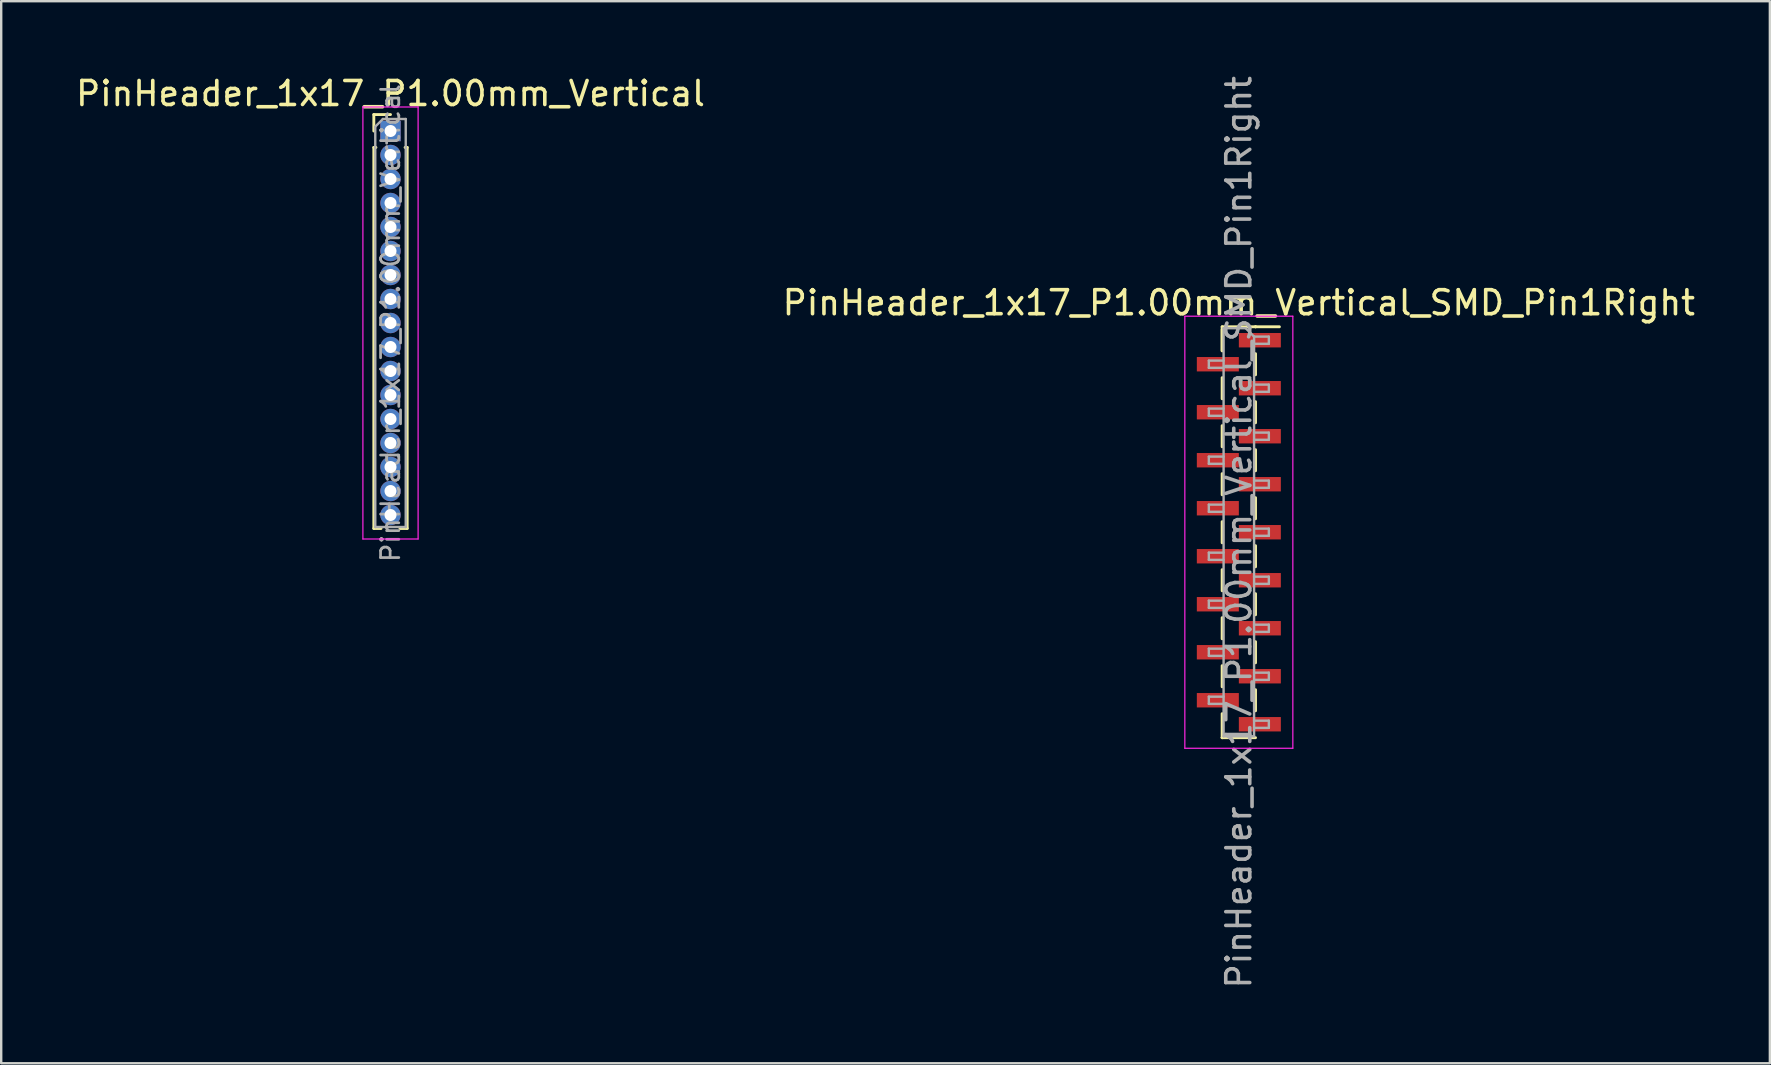
<source format=kicad_pcb>
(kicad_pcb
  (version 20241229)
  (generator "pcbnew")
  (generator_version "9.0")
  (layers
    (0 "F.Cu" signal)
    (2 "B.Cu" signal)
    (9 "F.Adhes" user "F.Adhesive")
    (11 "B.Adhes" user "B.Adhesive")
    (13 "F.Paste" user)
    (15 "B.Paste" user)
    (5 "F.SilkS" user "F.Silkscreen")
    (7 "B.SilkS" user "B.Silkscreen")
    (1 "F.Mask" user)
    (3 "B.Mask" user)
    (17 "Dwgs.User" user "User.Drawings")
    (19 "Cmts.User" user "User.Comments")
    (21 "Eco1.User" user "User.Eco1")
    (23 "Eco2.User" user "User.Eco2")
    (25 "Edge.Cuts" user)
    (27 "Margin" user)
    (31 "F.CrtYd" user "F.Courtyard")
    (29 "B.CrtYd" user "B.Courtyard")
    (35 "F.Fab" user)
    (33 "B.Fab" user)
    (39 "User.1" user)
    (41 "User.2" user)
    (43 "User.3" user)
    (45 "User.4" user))
  (footprint "PinHeader_1x17_P1.00mm_Vertical"
    (layer "F.Cu")
    (at 13.22 2.408)
    (property "Reference" "PinHeader_1x17_P1.00mm_Vertical" (at 0 -1.56 0) (layer "F.SilkS") (effects (font (size 1 1) (thickness 0.15))))
    (attr through_hole)
    (fp_line (start -0.695 -0.685) (end 0 -0.685) (stroke (width 0.12) (type solid)) (layer "F.SilkS"))
    (fp_line (start -0.695 0) (end -0.695 -0.685) (stroke (width 0.12) (type solid)) (layer "F.SilkS"))
    (fp_line (start -0.695 0.685) (end -0.695 16.56) (stroke (width 0.12) (type solid)) (layer "F.SilkS"))
    (fp_line (start -0.695 0.685) (end -0.608 0.685) (stroke (width 0.12) (type solid)) (layer "F.SilkS"))
    (fp_line (start -0.695 16.56) (end -0.394 16.56) (stroke (width 0.12) (type solid)) (layer "F.SilkS"))
    (fp_line (start 0.394 16.56) (end 0.695 16.56) (stroke (width 0.12) (type solid)) (layer "F.SilkS"))
    (fp_line (start 0.608 0.685) (end 0.695 0.685) (stroke (width 0.12) (type solid)) (layer "F.SilkS"))
    (fp_line (start 0.695 0.685) (end 0.695 16.56) (stroke (width 0.12) (type solid)) (layer "F.SilkS"))
    (fp_line (start -1.15 -1) (end -1.15 17) (stroke (width 0.05) (type solid)) (layer "F.CrtYd"))
    (fp_line (start -1.15 17) (end 1.15 17) (stroke (width 0.05) (type solid)) (layer "F.CrtYd"))
    (fp_line (start 1.15 -1) (end -1.15 -1) (stroke (width 0.05) (type solid)) (layer "F.CrtYd"))
    (fp_line (start 1.15 17) (end 1.15 -1) (stroke (width 0.05) (type solid)) (layer "F.CrtYd"))
    (fp_line (start -0.635 -0.182) (end -0.318 -0.5) (stroke (width 0.1) (type solid)) (layer "F.Fab"))
    (fp_line (start -0.635 16.5) (end -0.635 -0.182) (stroke (width 0.1) (type solid)) (layer "F.Fab"))
    (fp_line (start -0.318 -0.5) (end 0.635 -0.5) (stroke (width 0.1) (type solid)) (layer "F.Fab"))
    (fp_line (start 0.635 -0.5) (end 0.635 16.5) (stroke (width 0.1) (type solid)) (layer "F.Fab"))
    (fp_line (start 0.635 16.5) (end -0.635 16.5) (stroke (width 0.1) (type solid)) (layer "F.Fab"))
    (fp_text user "${REFERENCE}" (at 0 8 90) (layer "F.Fab") (effects (font (size 0.76 0.76) (thickness 0.114))))
    (pad "1" thru_hole rect (at 0 0) (size 0.85 0.85) (drill 0.5) (layers "*.Cu" "*.Mask"))
    (pad "2" thru_hole oval (at 0 1) (size 0.85 0.85) (drill 0.5) (layers "*.Cu" "*.Mask"))
    (pad "3" thru_hole oval (at 0 2) (size 0.85 0.85) (drill 0.5) (layers "*.Cu" "*.Mask"))
    (pad "4" thru_hole oval (at 0 3) (size 0.85 0.85) (drill 0.5) (layers "*.Cu" "*.Mask"))
    (pad "5" thru_hole oval (at 0 4) (size 0.85 0.85) (drill 0.5) (layers "*.Cu" "*.Mask"))
    (pad "6" thru_hole oval (at 0 5) (size 0.85 0.85) (drill 0.5) (layers "*.Cu" "*.Mask"))
    (pad "7" thru_hole oval (at 0 6) (size 0.85 0.85) (drill 0.5) (layers "*.Cu" "*.Mask"))
    (pad "8" thru_hole oval (at 0 7) (size 0.85 0.85) (drill 0.5) (layers "*.Cu" "*.Mask"))
    (pad "9" thru_hole oval (at 0 8) (size 0.85 0.85) (drill 0.5) (layers "*.Cu" "*.Mask"))
    (pad "10" thru_hole oval (at 0 9) (size 0.85 0.85) (drill 0.5) (layers "*.Cu" "*.Mask"))
    (pad "11" thru_hole oval (at 0 10) (size 0.85 0.85) (drill 0.5) (layers "*.Cu" "*.Mask"))
    (pad "12" thru_hole oval (at 0 11) (size 0.85 0.85) (drill 0.5) (layers "*.Cu" "*.Mask"))
    (pad "13" thru_hole oval (at 0 12) (size 0.85 0.85) (drill 0.5) (layers "*.Cu" "*.Mask"))
    (pad "14" thru_hole oval (at 0 13) (size 0.85 0.85) (drill 0.5) (layers "*.Cu" "*.Mask"))
    (pad "15" thru_hole oval (at 0 14) (size 0.85 0.85) (drill 0.5) (layers "*.Cu" "*.Mask"))
    (pad "16" thru_hole oval (at 0 15) (size 0.85 0.85) (drill 0.5) (layers "*.Cu" "*.Mask"))
    (pad "17" thru_hole oval (at 0 16) (size 0.85 0.85) (drill 0.5) (layers "*.Cu" "*.Mask")))
  (footprint "PinHeader_1x17_P1.00mm_Vertical_SMD_Pin1Right"
    (layer "F.Cu")
    (at 48.565 19.125)
    (property "Reference" "PinHeader_1x17_P1.00mm_Vertical_SMD_Pin1Right" (at 0 -9.56 0) (layer "F.SilkS") (effects (font (size 1 1) (thickness 0.15))))
    (attr smd)
    (fp_line (start -0.695 -8.56) (end -0.695 -7.56) (stroke (width 0.12) (type solid)) (layer "F.SilkS"))
    (fp_line (start -0.695 -8.56) (end 0.695 -8.56) (stroke (width 0.12) (type solid)) (layer "F.SilkS"))
    (fp_line (start -0.695 -8.44) (end -0.695 -7.56) (stroke (width 0.12) (type solid)) (layer "F.SilkS"))
    (fp_line (start -0.695 -6.44) (end -0.695 -5.56) (stroke (width 0.12) (type solid)) (layer "F.SilkS"))
    (fp_line (start -0.695 -4.44) (end -0.695 -3.56) (stroke (width 0.12) (type solid)) (layer "F.SilkS"))
    (fp_line (start -0.695 -2.44) (end -0.695 -1.56) (stroke (width 0.12) (type solid)) (layer "F.SilkS"))
    (fp_line (start -0.695 -0.44) (end -0.695 0.44) (stroke (width 0.12) (type solid)) (layer "F.SilkS"))
    (fp_line (start -0.695 1.56) (end -0.695 2.44) (stroke (width 0.12) (type solid)) (layer "F.SilkS"))
    (fp_line (start -0.695 3.56) (end -0.695 4.44) (stroke (width 0.12) (type solid)) (layer "F.SilkS"))
    (fp_line (start -0.695 5.56) (end -0.695 6.44) (stroke (width 0.12) (type solid)) (layer "F.SilkS"))
    (fp_line (start -0.695 7.56) (end -0.695 8.56) (stroke (width 0.12) (type solid)) (layer "F.SilkS"))
    (fp_line (start -0.695 8.56) (end -0.695 8.56) (stroke (width 0.12) (type solid)) (layer "F.SilkS"))
    (fp_line (start -0.695 8.56) (end 0.695 8.56) (stroke (width 0.12) (type solid)) (layer "F.SilkS"))
    (fp_line (start 0.695 -8.56) (end 0.695 -8.56) (stroke (width 0.12) (type solid)) (layer "F.SilkS"))
    (fp_line (start 0.695 -8.56) (end 1.69 -8.56) (stroke (width 0.12) (type solid)) (layer "F.SilkS"))
    (fp_line (start 0.695 -7.44) (end 0.695 -6.56) (stroke (width 0.12) (type solid)) (layer "F.SilkS"))
    (fp_line (start 0.695 -5.44) (end 0.695 -4.56) (stroke (width 0.12) (type solid)) (layer "F.SilkS"))
    (fp_line (start 0.695 -3.44) (end 0.695 -2.56) (stroke (width 0.12) (type solid)) (layer "F.SilkS"))
    (fp_line (start 0.695 -1.44) (end 0.695 -0.56) (stroke (width 0.12) (type solid)) (layer "F.SilkS"))
    (fp_line (start 0.695 0.56) (end 0.695 1.44) (stroke (width 0.12) (type solid)) (layer "F.SilkS"))
    (fp_line (start 0.695 2.56) (end 0.695 3.44) (stroke (width 0.12) (type solid)) (layer "F.SilkS"))
    (fp_line (start 0.695 4.56) (end 0.695 5.44) (stroke (width 0.12) (type solid)) (layer "F.SilkS"))
    (fp_line (start 0.695 6.56) (end 0.695 7.44) (stroke (width 0.12) (type solid)) (layer "F.SilkS"))
    (fp_line (start -2.25 -9) (end -2.25 9) (stroke (width 0.05) (type solid)) (layer "F.CrtYd"))
    (fp_line (start -2.25 9) (end 2.25 9) (stroke (width 0.05) (type solid)) (layer "F.CrtYd"))
    (fp_line (start 2.25 -9) (end -2.25 -9) (stroke (width 0.05) (type solid)) (layer "F.CrtYd"))
    (fp_line (start 2.25 9) (end 2.25 -9) (stroke (width 0.05) (type solid)) (layer "F.CrtYd"))
    (fp_line (start -1.25 -7.15) (end -1.25 -6.85) (stroke (width 0.1) (type solid)) (layer "F.Fab"))
    (fp_line (start -1.25 -6.85) (end -0.635 -6.85) (stroke (width 0.1) (type solid)) (layer "F.Fab"))
    (fp_line (start -1.25 -5.15) (end -1.25 -4.85) (stroke (width 0.1) (type solid)) (layer "F.Fab"))
    (fp_line (start -1.25 -4.85) (end -0.635 -4.85) (stroke (width 0.1) (type solid)) (layer "F.Fab"))
    (fp_line (start -1.25 -3.15) (end -1.25 -2.85) (stroke (width 0.1) (type solid)) (layer "F.Fab"))
    (fp_line (start -1.25 -2.85) (end -0.635 -2.85) (stroke (width 0.1) (type solid)) (layer "F.Fab"))
    (fp_line (start -1.25 -1.15) (end -1.25 -0.85) (stroke (width 0.1) (type solid)) (layer "F.Fab"))
    (fp_line (start -1.25 -0.85) (end -0.635 -0.85) (stroke (width 0.1) (type solid)) (layer "F.Fab"))
    (fp_line (start -1.25 0.85) (end -1.25 1.15) (stroke (width 0.1) (type solid)) (layer "F.Fab"))
    (fp_line (start -1.25 1.15) (end -0.635 1.15) (stroke (width 0.1) (type solid)) (layer "F.Fab"))
    (fp_line (start -1.25 2.85) (end -1.25 3.15) (stroke (width 0.1) (type solid)) (layer "F.Fab"))
    (fp_line (start -1.25 3.15) (end -0.635 3.15) (stroke (width 0.1) (type solid)) (layer "F.Fab"))
    (fp_line (start -1.25 4.85) (end -1.25 5.15) (stroke (width 0.1) (type solid)) (layer "F.Fab"))
    (fp_line (start -1.25 5.15) (end -0.635 5.15) (stroke (width 0.1) (type solid)) (layer "F.Fab"))
    (fp_line (start -1.25 6.85) (end -1.25 7.15) (stroke (width 0.1) (type solid)) (layer "F.Fab"))
    (fp_line (start -1.25 7.15) (end -0.635 7.15) (stroke (width 0.1) (type solid)) (layer "F.Fab"))
    (fp_line (start -0.635 -8.5) (end -0.635 8.5) (stroke (width 0.1) (type solid)) (layer "F.Fab"))
    (fp_line (start -0.635 -8.5) (end 0.285 -8.5) (stroke (width 0.1) (type solid)) (layer "F.Fab"))
    (fp_line (start -0.635 -7.15) (end -1.25 -7.15) (stroke (width 0.1) (type solid)) (layer "F.Fab"))
    (fp_line (start -0.635 -5.15) (end -1.25 -5.15) (stroke (width 0.1) (type solid)) (layer "F.Fab"))
    (fp_line (start -0.635 -3.15) (end -1.25 -3.15) (stroke (width 0.1) (type solid)) (layer "F.Fab"))
    (fp_line (start -0.635 -1.15) (end -1.25 -1.15) (stroke (width 0.1) (type solid)) (layer "F.Fab"))
    (fp_line (start -0.635 0.85) (end -1.25 0.85) (stroke (width 0.1) (type solid)) (layer "F.Fab"))
    (fp_line (start -0.635 2.85) (end -1.25 2.85) (stroke (width 0.1) (type solid)) (layer "F.Fab"))
    (fp_line (start -0.635 4.85) (end -1.25 4.85) (stroke (width 0.1) (type solid)) (layer "F.Fab"))
    (fp_line (start -0.635 6.85) (end -1.25 6.85) (stroke (width 0.1) (type solid)) (layer "F.Fab"))
    (fp_line (start 0.635 -8.15) (end 0.285 -8.5) (stroke (width 0.1) (type solid)) (layer "F.Fab"))
    (fp_line (start 0.635 -8.15) (end 1.25 -8.15) (stroke (width 0.1) (type solid)) (layer "F.Fab"))
    (fp_line (start 0.635 -6.15) (end 1.25 -6.15) (stroke (width 0.1) (type solid)) (layer "F.Fab"))
    (fp_line (start 0.635 -4.15) (end 1.25 -4.15) (stroke (width 0.1) (type solid)) (layer "F.Fab"))
    (fp_line (start 0.635 -2.15) (end 1.25 -2.15) (stroke (width 0.1) (type solid)) (layer "F.Fab"))
    (fp_line (start 0.635 -0.15) (end 1.25 -0.15) (stroke (width 0.1) (type solid)) (layer "F.Fab"))
    (fp_line (start 0.635 1.85) (end 1.25 1.85) (stroke (width 0.1) (type solid)) (layer "F.Fab"))
    (fp_line (start 0.635 3.85) (end 1.25 3.85) (stroke (width 0.1) (type solid)) (layer "F.Fab"))
    (fp_line (start 0.635 5.85) (end 1.25 5.85) (stroke (width 0.1) (type solid)) (layer "F.Fab"))
    (fp_line (start 0.635 7.85) (end 1.25 7.85) (stroke (width 0.1) (type solid)) (layer "F.Fab"))
    (fp_line (start 0.635 8.5) (end -0.635 8.5) (stroke (width 0.1) (type solid)) (layer "F.Fab"))
    (fp_line (start 0.635 8.5) (end 0.635 -8.15) (stroke (width 0.1) (type solid)) (layer "F.Fab"))
    (fp_line (start 1.25 -8.15) (end 1.25 -7.85) (stroke (width 0.1) (type solid)) (layer "F.Fab"))
    (fp_line (start 1.25 -7.85) (end 0.635 -7.85) (stroke (width 0.1) (type solid)) (layer "F.Fab"))
    (fp_line (start 1.25 -6.15) (end 1.25 -5.85) (stroke (width 0.1) (type solid)) (layer "F.Fab"))
    (fp_line (start 1.25 -5.85) (end 0.635 -5.85) (stroke (width 0.1) (type solid)) (layer "F.Fab"))
    (fp_line (start 1.25 -4.15) (end 1.25 -3.85) (stroke (width 0.1) (type solid)) (layer "F.Fab"))
    (fp_line (start 1.25 -3.85) (end 0.635 -3.85) (stroke (width 0.1) (type solid)) (layer "F.Fab"))
    (fp_line (start 1.25 -2.15) (end 1.25 -1.85) (stroke (width 0.1) (type solid)) (layer "F.Fab"))
    (fp_line (start 1.25 -1.85) (end 0.635 -1.85) (stroke (width 0.1) (type solid)) (layer "F.Fab"))
    (fp_line (start 1.25 -0.15) (end 1.25 0.15) (stroke (width 0.1) (type solid)) (layer "F.Fab"))
    (fp_line (start 1.25 0.15) (end 0.635 0.15) (stroke (width 0.1) (type solid)) (layer "F.Fab"))
    (fp_line (start 1.25 1.85) (end 1.25 2.15) (stroke (width 0.1) (type solid)) (layer "F.Fab"))
    (fp_line (start 1.25 2.15) (end 0.635 2.15) (stroke (width 0.1) (type solid)) (layer "F.Fab"))
    (fp_line (start 1.25 3.85) (end 1.25 4.15) (stroke (width 0.1) (type solid)) (layer "F.Fab"))
    (fp_line (start 1.25 4.15) (end 0.635 4.15) (stroke (width 0.1) (type solid)) (layer "F.Fab"))
    (fp_line (start 1.25 5.85) (end 1.25 6.15) (stroke (width 0.1) (type solid)) (layer "F.Fab"))
    (fp_line (start 1.25 6.15) (end 0.635 6.15) (stroke (width 0.1) (type solid)) (layer "F.Fab"))
    (fp_line (start 1.25 7.85) (end 1.25 8.15) (stroke (width 0.1) (type solid)) (layer "F.Fab"))
    (fp_line (start 1.25 8.15) (end 0.635 8.15) (stroke (width 0.1) (type solid)) (layer "F.Fab"))
    (fp_text user "${REFERENCE}" (at 0 0 90) (layer "F.Fab") (effects (font (size 1 1) (thickness 0.15))))
    (pad "1" smd rect (at 0.875 -8) (size 1.75 0.6) (layers "F.Cu" "F.Mask" "F.Paste"))
    (pad "2" smd rect (at -0.875 -7) (size 1.75 0.6) (layers "F.Cu" "F.Mask" "F.Paste"))
    (pad "3" smd rect (at 0.875 -6) (size 1.75 0.6) (layers "F.Cu" "F.Mask" "F.Paste"))
    (pad "4" smd rect (at -0.875 -5) (size 1.75 0.6) (layers "F.Cu" "F.Mask" "F.Paste"))
    (pad "5" smd rect (at 0.875 -4) (size 1.75 0.6) (layers "F.Cu" "F.Mask" "F.Paste"))
    (pad "6" smd rect (at -0.875 -3) (size 1.75 0.6) (layers "F.Cu" "F.Mask" "F.Paste"))
    (pad "7" smd rect (at 0.875 -2) (size 1.75 0.6) (layers "F.Cu" "F.Mask" "F.Paste"))
    (pad "8" smd rect (at -0.875 -1) (size 1.75 0.6) (layers "F.Cu" "F.Mask" "F.Paste"))
    (pad "9" smd rect (at 0.875 0) (size 1.75 0.6) (layers "F.Cu" "F.Mask" "F.Paste"))
    (pad "10" smd rect (at -0.875 1) (size 1.75 0.6) (layers "F.Cu" "F.Mask" "F.Paste"))
    (pad "11" smd rect (at 0.875 2) (size 1.75 0.6) (layers "F.Cu" "F.Mask" "F.Paste"))
    (pad "12" smd rect (at -0.875 3) (size 1.75 0.6) (layers "F.Cu" "F.Mask" "F.Paste"))
    (pad "13" smd rect (at 0.875 4) (size 1.75 0.6) (layers "F.Cu" "F.Mask" "F.Paste"))
    (pad "14" smd rect (at -0.875 5) (size 1.75 0.6) (layers "F.Cu" "F.Mask" "F.Paste"))
    (pad "15" smd rect (at 0.875 6) (size 1.75 0.6) (layers "F.Cu" "F.Mask" "F.Paste"))
    (pad "16" smd rect (at -0.875 7) (size 1.75 0.6) (layers "F.Cu" "F.Mask" "F.Paste"))
    (pad "17" smd rect (at 0.875 8) (size 1.75 0.6) (layers "F.Cu" "F.Mask" "F.Paste")))
  (gr_rect
    (start -3 -3)
    (end 70.69 41.25)
    (stroke (width 0.1) (type default))
    (fill no)
    (layer "Edge.Cuts")))
</source>
